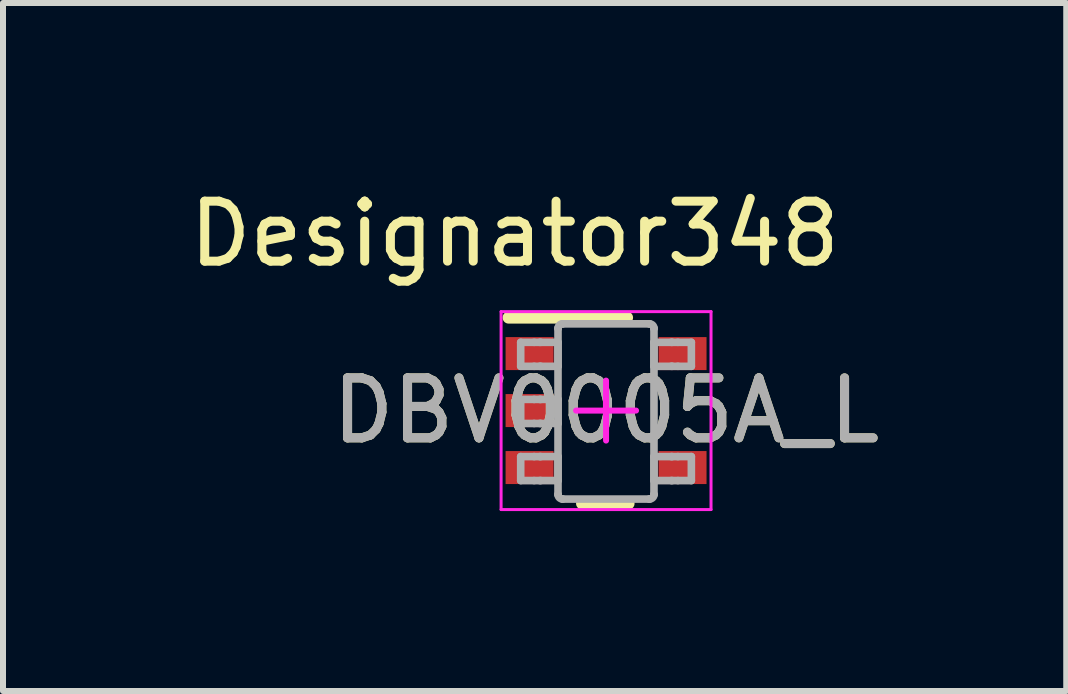
<source format=kicad_pcb>
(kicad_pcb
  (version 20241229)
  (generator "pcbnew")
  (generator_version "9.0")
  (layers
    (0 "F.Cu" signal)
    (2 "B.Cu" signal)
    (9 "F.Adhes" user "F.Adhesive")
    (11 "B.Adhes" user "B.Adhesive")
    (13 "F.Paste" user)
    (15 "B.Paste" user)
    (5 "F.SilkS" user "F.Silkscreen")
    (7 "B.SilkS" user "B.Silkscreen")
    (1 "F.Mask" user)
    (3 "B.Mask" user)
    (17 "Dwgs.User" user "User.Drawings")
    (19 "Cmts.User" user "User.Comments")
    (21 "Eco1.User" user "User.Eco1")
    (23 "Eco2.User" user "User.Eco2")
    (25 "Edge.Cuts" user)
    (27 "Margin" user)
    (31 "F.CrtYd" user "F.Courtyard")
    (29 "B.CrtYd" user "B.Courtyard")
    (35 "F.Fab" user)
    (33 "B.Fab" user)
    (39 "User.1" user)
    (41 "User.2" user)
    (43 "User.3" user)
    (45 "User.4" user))
  (footprint "DBV0005A_L"
    (layer "F.Cu")
    (at 7.054 3.795)
    (property "Reference" "DBV0005A_L" (at 0 0 0) (unlocked yes) (layer "F.SilkS") (effects (font (size 1 1) (thickness 0.15))))
    (attr smd)
    (fp_line (start -1.625 -1.55) (end 0.35 -1.55) (stroke (width 0.2) (type solid)) (layer "F.SilkS"))
    (fp_line (start -0.4 1.55) (end 0.375 1.55) (stroke (width 0.2) (type solid)) (layer "F.SilkS"))
    (fp_line (start -1.75 -1.65) (end 1.75 -1.65) (stroke (width 0.05) (type solid)) (layer "F.CrtYd"))
    (fp_line (start -1.75 1.65) (end -1.75 -1.65) (stroke (width 0.05) (type solid)) (layer "F.CrtYd"))
    (fp_line (start -1.75 1.65) (end 1.75 1.65) (stroke (width 0.05) (type solid)) (layer "F.CrtYd"))
    (fp_line (start -0.5 0) (end 0.5 0) (stroke (width 0.1) (type solid)) (layer "F.CrtYd"))
    (fp_line (start 0 0.5) (end 0 -0.5) (stroke (width 0.1) (type solid)) (layer "F.CrtYd"))
    (fp_line (start 1.75 1.65) (end 1.75 -1.65) (stroke (width 0.05) (type solid)) (layer "F.CrtYd"))
    (fp_line (start -1.423 -1.138) (end -1.199 -1.138) (stroke (width 0.127) (type solid)) (layer "F.Fab"))
    (fp_line (start -1.423 -0.738) (end -1.423 -1.138) (stroke (width 0.127) (type solid)) (layer "F.Fab"))
    (fp_line (start -1.423 -0.738) (end -1.199 -0.738) (stroke (width 0.127) (type solid)) (layer "F.Fab"))
    (fp_line (start -1.423 -0.186) (end -1.199 -0.186) (stroke (width 0.127) (type solid)) (layer "F.Fab"))
    (fp_line (start -1.423 0.215) (end -1.423 -0.186) (stroke (width 0.127) (type solid)) (layer "F.Fab"))
    (fp_line (start -1.423 0.215) (end -1.199 0.215) (stroke (width 0.127) (type solid)) (layer "F.Fab"))
    (fp_line (start -1.423 0.767) (end -1.199 0.767) (stroke (width 0.127) (type solid)) (layer "F.Fab"))
    (fp_line (start -1.423 1.167) (end -1.423 0.767) (stroke (width 0.127) (type solid)) (layer "F.Fab"))
    (fp_line (start -1.423 1.167) (end -1.199 1.167) (stroke (width 0.127) (type solid)) (layer "F.Fab"))
    (fp_line (start -1.199 -1.138) (end -1.105 -1.138) (stroke (width 0.127) (type solid)) (layer "F.Fab"))
    (fp_line (start -1.199 -0.738) (end -1.105 -0.738) (stroke (width 0.127) (type solid)) (layer "F.Fab"))
    (fp_line (start -1.199 -0.186) (end -1.105 -0.186) (stroke (width 0.127) (type solid)) (layer "F.Fab"))
    (fp_line (start -1.199 0.215) (end -1.105 0.215) (stroke (width 0.127) (type solid)) (layer "F.Fab"))
    (fp_line (start -1.199 0.767) (end -1.105 0.767) (stroke (width 0.127) (type solid)) (layer "F.Fab"))
    (fp_line (start -1.199 1.167) (end -1.105 1.167) (stroke (width 0.127) (type solid)) (layer "F.Fab"))
    (fp_line (start -1.105 -1.138) (end -1.088 -1.138) (stroke (width 0.127) (type solid)) (layer "F.Fab"))
    (fp_line (start -1.105 -0.738) (end -1.088 -0.738) (stroke (width 0.127) (type solid)) (layer "F.Fab"))
    (fp_line (start -1.105 -0.186) (end -1.088 -0.186) (stroke (width 0.127) (type solid)) (layer "F.Fab"))
    (fp_line (start -1.105 0.215) (end -1.088 0.215) (stroke (width 0.127) (type solid)) (layer "F.Fab"))
    (fp_line (start -1.105 0.767) (end -1.088 0.767) (stroke (width 0.127) (type solid)) (layer "F.Fab"))
    (fp_line (start -1.105 1.167) (end -1.088 1.167) (stroke (width 0.127) (type solid)) (layer "F.Fab"))
    (fp_line (start -1.088 -1.138) (end -0.835 -1.138) (stroke (width 0.127) (type solid)) (layer "F.Fab"))
    (fp_line (start -1.088 -0.738) (end -0.835 -0.738) (stroke (width 0.127) (type solid)) (layer "F.Fab"))
    (fp_line (start -1.088 -0.186) (end -0.835 -0.186) (stroke (width 0.127) (type solid)) (layer "F.Fab"))
    (fp_line (start -1.088 0.215) (end -0.835 0.215) (stroke (width 0.127) (type solid)) (layer "F.Fab"))
    (fp_line (start -1.088 0.767) (end -0.835 0.767) (stroke (width 0.127) (type solid)) (layer "F.Fab"))
    (fp_line (start -1.088 1.167) (end -0.835 1.167) (stroke (width 0.127) (type solid)) (layer "F.Fab"))
    (fp_line (start -0.835 -1.138) (end -0.801 -1.138) (stroke (width 0.127) (type solid)) (layer "F.Fab"))
    (fp_line (start -0.835 -0.738) (end -0.801 -0.738) (stroke (width 0.127) (type solid)) (layer "F.Fab"))
    (fp_line (start -0.835 -0.186) (end -0.801 -0.186) (stroke (width 0.127) (type solid)) (layer "F.Fab"))
    (fp_line (start -0.835 0.215) (end -0.801 0.215) (stroke (width 0.127) (type solid)) (layer "F.Fab"))
    (fp_line (start -0.835 0.767) (end -0.801 0.767) (stroke (width 0.127) (type solid)) (layer "F.Fab"))
    (fp_line (start -0.835 1.167) (end -0.801 1.167) (stroke (width 0.127) (type solid)) (layer "F.Fab"))
    (fp_line (start -0.801 -1.37) (end -0.801 -1.371) (stroke (width 0.127) (type solid)) (layer "F.Fab"))
    (fp_line (start -0.801 -0.738) (end -0.801 -1.138) (stroke (width 0.127) (type solid)) (layer "F.Fab"))
    (fp_line (start -0.801 0.215) (end -0.801 -0.186) (stroke (width 0.127) (type solid)) (layer "F.Fab"))
    (fp_line (start -0.801 1.167) (end -0.801 0.767) (stroke (width 0.127) (type solid)) (layer "F.Fab"))
    (fp_line (start -0.801 1.399) (end -0.801 -1.37) (stroke (width 0.127) (type solid)) (layer "F.Fab"))
    (fp_line (start -0.801 1.4) (end -0.801 1.399) (stroke (width 0.127) (type solid)) (layer "F.Fab"))
    (fp_line (start -0.725 -1.446) (end -0.725 -1.446) (stroke (width 0.127) (type solid)) (layer "F.Fab"))
    (fp_line (start -0.725 1.475) (end -0.725 1.475) (stroke (width 0.127) (type solid)) (layer "F.Fab"))
    (fp_line (start -0.725 -1.446) (end 0.723 -1.446) (stroke (width 0.127) (type solid)) (layer "F.Fab"))
    (fp_line (start -0.725 1.475) (end 0.723 1.475) (stroke (width 0.127) (type solid)) (layer "F.Fab"))
    (fp_line (start 0.723 -1.446) (end 0.724 -1.446) (stroke (width 0.127) (type solid)) (layer "F.Fab"))
    (fp_line (start 0.723 1.475) (end 0.724 1.475) (stroke (width 0.127) (type solid)) (layer "F.Fab"))
    (fp_line (start 0.799 -1.37) (end 0.799 -1.371) (stroke (width 0.127) (type solid)) (layer "F.Fab"))
    (fp_line (start 0.799 -1.138) (end 0.834 -1.138) (stroke (width 0.127) (type solid)) (layer "F.Fab"))
    (fp_line (start 0.799 -0.738) (end 0.799 -1.138) (stroke (width 0.127) (type solid)) (layer "F.Fab"))
    (fp_line (start 0.799 -0.738) (end 0.834 -0.738) (stroke (width 0.127) (type solid)) (layer "F.Fab"))
    (fp_line (start 0.799 0.767) (end 0.834 0.767) (stroke (width 0.127) (type solid)) (layer "F.Fab"))
    (fp_line (start 0.799 1.167) (end 0.799 0.767) (stroke (width 0.127) (type solid)) (layer "F.Fab"))
    (fp_line (start 0.799 1.167) (end 0.834 1.167) (stroke (width 0.127) (type solid)) (layer "F.Fab"))
    (fp_line (start 0.799 1.399) (end 0.799 -1.37) (stroke (width 0.127) (type solid)) (layer "F.Fab"))
    (fp_line (start 0.799 1.4) (end 0.799 1.399) (stroke (width 0.127) (type solid)) (layer "F.Fab"))
    (fp_line (start 0.834 -1.138) (end 1.087 -1.138) (stroke (width 0.127) (type solid)) (layer "F.Fab"))
    (fp_line (start 0.834 -0.738) (end 1.087 -0.738) (stroke (width 0.127) (type solid)) (layer "F.Fab"))
    (fp_line (start 0.834 0.767) (end 1.087 0.767) (stroke (width 0.127) (type solid)) (layer "F.Fab"))
    (fp_line (start 0.834 1.167) (end 1.087 1.167) (stroke (width 0.127) (type solid)) (layer "F.Fab"))
    (fp_line (start 1.087 -1.138) (end 1.103 -1.138) (stroke (width 0.127) (type solid)) (layer "F.Fab"))
    (fp_line (start 1.087 -0.738) (end 1.103 -0.738) (stroke (width 0.127) (type solid)) (layer "F.Fab"))
    (fp_line (start 1.087 0.767) (end 1.103 0.767) (stroke (width 0.127) (type solid)) (layer "F.Fab"))
    (fp_line (start 1.087 1.167) (end 1.103 1.167) (stroke (width 0.127) (type solid)) (layer "F.Fab"))
    (fp_line (start 1.103 -1.138) (end 1.198 -1.138) (stroke (width 0.127) (type solid)) (layer "F.Fab"))
    (fp_line (start 1.103 -0.738) (end 1.198 -0.738) (stroke (width 0.127) (type solid)) (layer "F.Fab"))
    (fp_line (start 1.103 0.767) (end 1.198 0.767) (stroke (width 0.127) (type solid)) (layer "F.Fab"))
    (fp_line (start 1.103 1.167) (end 1.198 1.167) (stroke (width 0.127) (type solid)) (layer "F.Fab"))
    (fp_line (start 1.198 -1.138) (end 1.422 -1.138) (stroke (width 0.127) (type solid)) (layer "F.Fab"))
    (fp_line (start 1.198 -0.738) (end 1.422 -0.738) (stroke (width 0.127) (type solid)) (layer "F.Fab"))
    (fp_line (start 1.198 0.767) (end 1.422 0.767) (stroke (width 0.127) (type solid)) (layer "F.Fab"))
    (fp_line (start 1.198 1.167) (end 1.422 1.167) (stroke (width 0.127) (type solid)) (layer "F.Fab"))
    (fp_line (start 1.422 -0.738) (end 1.422 -1.138) (stroke (width 0.127) (type solid)) (layer "F.Fab"))
    (fp_line (start 1.422 1.167) (end 1.422 0.767) (stroke (width 0.127) (type solid)) (layer "F.Fab"))
    (fp_arc (start -0.80074 -1.37084) (mid -0.778218 -1.423887) (end -0.724999 -1.445998) (stroke (width 0.127) (type solid)) (layer "F.Fab"))
    (fp_arc (start -0.724999 1.475) (mid -0.778213 1.452901) (end -0.80074 1.399867) (stroke (width 0.127) (type solid)) (layer "F.Fab"))
    (fp_arc (start 0.723714 -1.445998) (mid 0.776933 -1.423887) (end 0.799455 -1.37084) (stroke (width 0.127) (type solid)) (layer "F.Fab"))
    (fp_arc (start 0.799455 1.399868) (mid 0.776927 1.452901) (end 0.723713 1.475) (stroke (width 0.127) (type solid)) (layer "F.Fab"))
    (fp_text user "Designator348" (at -1.524 -2.946 0) (unlocked yes) (layer "F.SilkS") (effects (font (size 1 1) (thickness 0.15))))
    (fp_text user "${REFERENCE}" (at 0 0 0) (unlocked yes) (layer "F.Fab") (effects (font (size 1 1) (thickness 0.15))))
    (pad "1" smd rect (at -1.275 -0.95 90) (size 0.55 0.8) (layers "F.Cu" "F.Mask" "F.Paste"))
    (pad "2" smd rect (at -1.275 0 90) (size 0.55 0.8) (layers "F.Cu" "F.Mask" "F.Paste"))
    (pad "3" smd rect (at -1.275 0.95 90) (size 0.55 0.8) (layers "F.Cu" "F.Mask" "F.Paste"))
    (pad "4" smd rect (at 1.275 0.95 90) (size 0.55 0.8) (layers "F.Cu" "F.Mask" "F.Paste"))
    (pad "5" smd rect (at 1.275 -0.95 90) (size 0.55 0.8) (layers "F.Cu" "F.Mask" "F.Paste")))
  (gr_rect
    (start -3 -3)
    (end 14.726 8.47)
    (stroke (width 0.1) (type default))
    (fill no)
    (layer "Edge.Cuts")))
</source>
